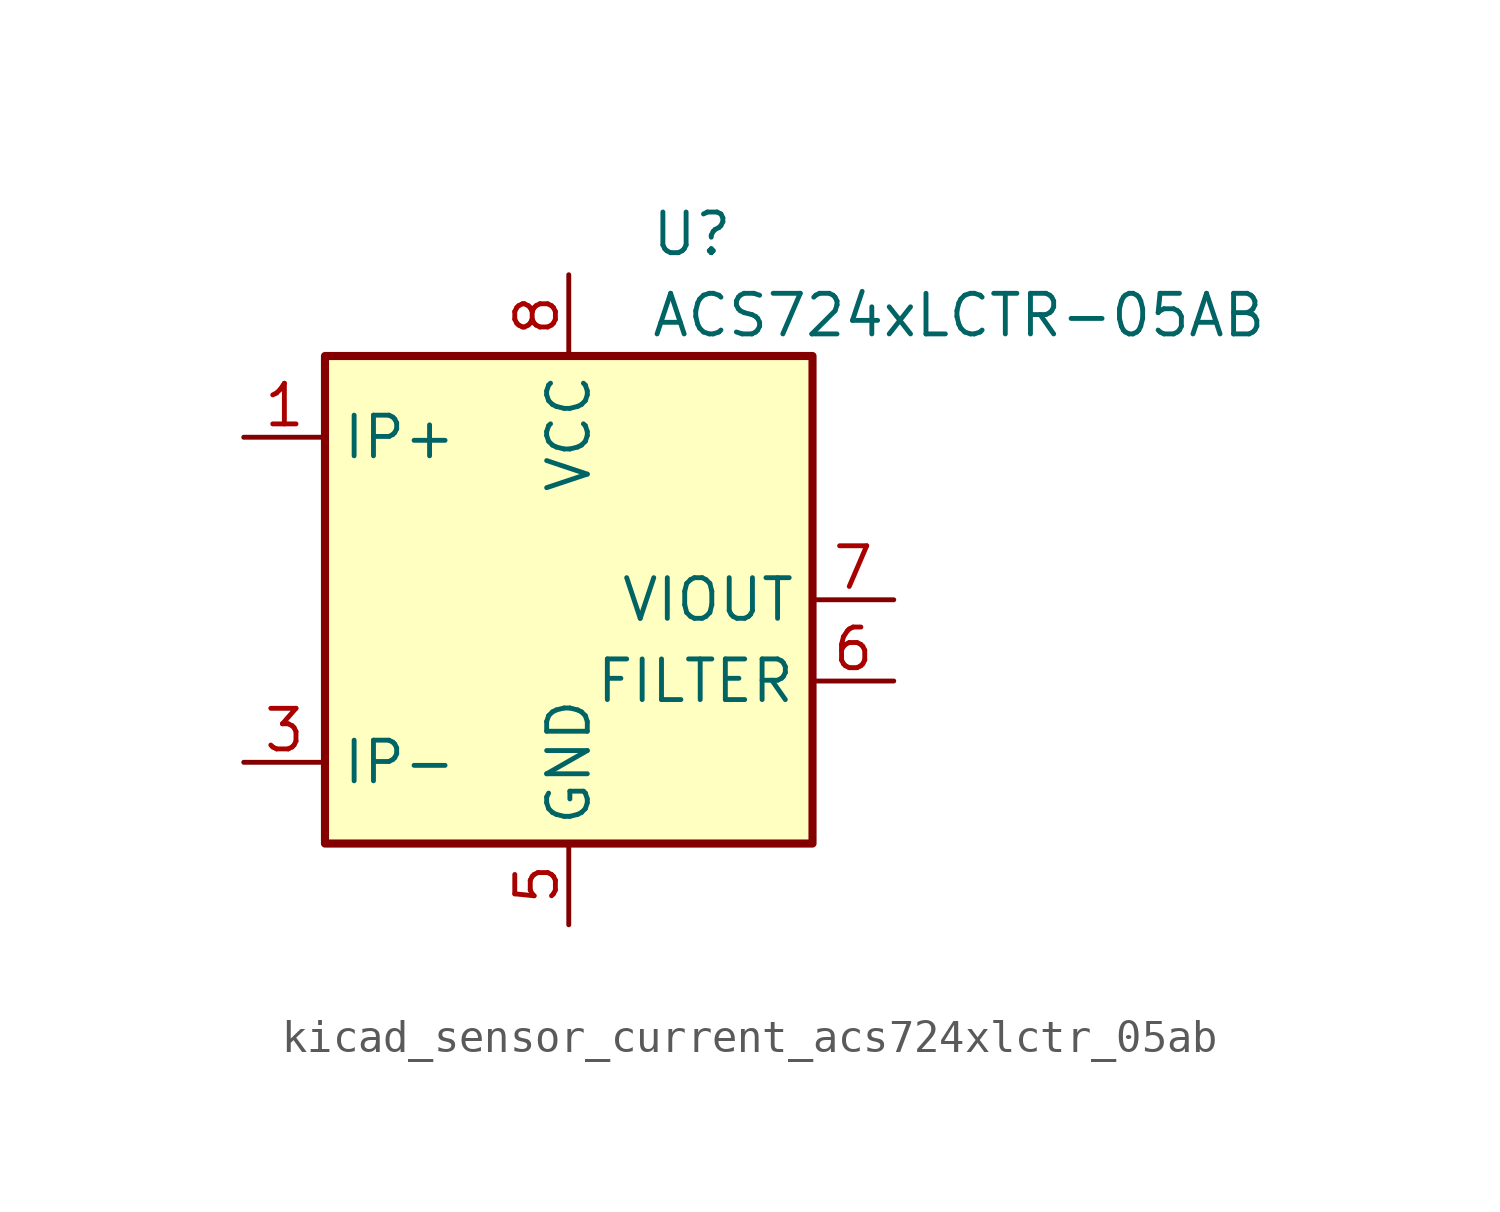
<source format=kicad_sym>
(kicad_symbol_lib
  (version 20220914)
  (generator kicad_symbol_editor)
  (symbol "kicad_sensor_current_acs724xlctr_05ab"
    (property "Reference" "U"
      (at 2.54 11.43 0)
      (effects (font (size 1.27 1.27)) (justify left)))
    (property "Value" "ACS724xLCTR-05AB"
      (at 2.54 8.89 0)
      (effects (font (size 1.27 1.27)) (justify left)))
    (symbol "kicad_sensor_current_acs724xlctr_05ab_0_1"
      (rectangle (start -7.62 7.62) (end 7.62 -7.62) (stroke (width 0.254) (type default)) (fill (type background))))
    (symbol "kicad_sensor_current_acs724xlctr_05ab_1_1"
      (pin passive line (at -10.16 5.08 0) (length 2.54) (name "IP+" (effects (font (size 1.27 1.27)))) (number "1" (effects (font (size 1.27 1.27)))))
      (pin passive line (at -10.16 5.08 0) (length 2.54) hide (name "IP+" (effects (font (size 1.27 1.27)))) (number "2" (effects (font (size 1.27 1.27)))))
      (pin passive line (at -10.16 -5.08 0) (length 2.54) (name "IP-" (effects (font (size 1.27 1.27)))) (number "3" (effects (font (size 1.27 1.27)))))
      (pin passive line (at -10.16 -5.08 0) (length 2.54) hide (name "IP-" (effects (font (size 1.27 1.27)))) (number "4" (effects (font (size 1.27 1.27)))))
      (pin power_in line (at 0 -10.16 90) (length 2.54) (name "GND" (effects (font (size 1.27 1.27)))) (number "5" (effects (font (size 1.27 1.27)))))
      (pin passive line (at 10.16 -2.54 180) (length 2.54) (name "FILTER" (effects (font (size 1.27 1.27)))) (number "6" (effects (font (size 1.27 1.27)))))
      (pin output line (at 10.16 0 180) (length 2.54) (name "VIOUT" (effects (font (size 1.27 1.27)))) (number "7" (effects (font (size 1.27 1.27)))))
      (pin power_in line (at 0 10.16 270) (length 2.54) (name "VCC" (effects (font (size 1.27 1.27)))) (number "8" (effects (font (size 1.27 1.27))))))))
</source>
